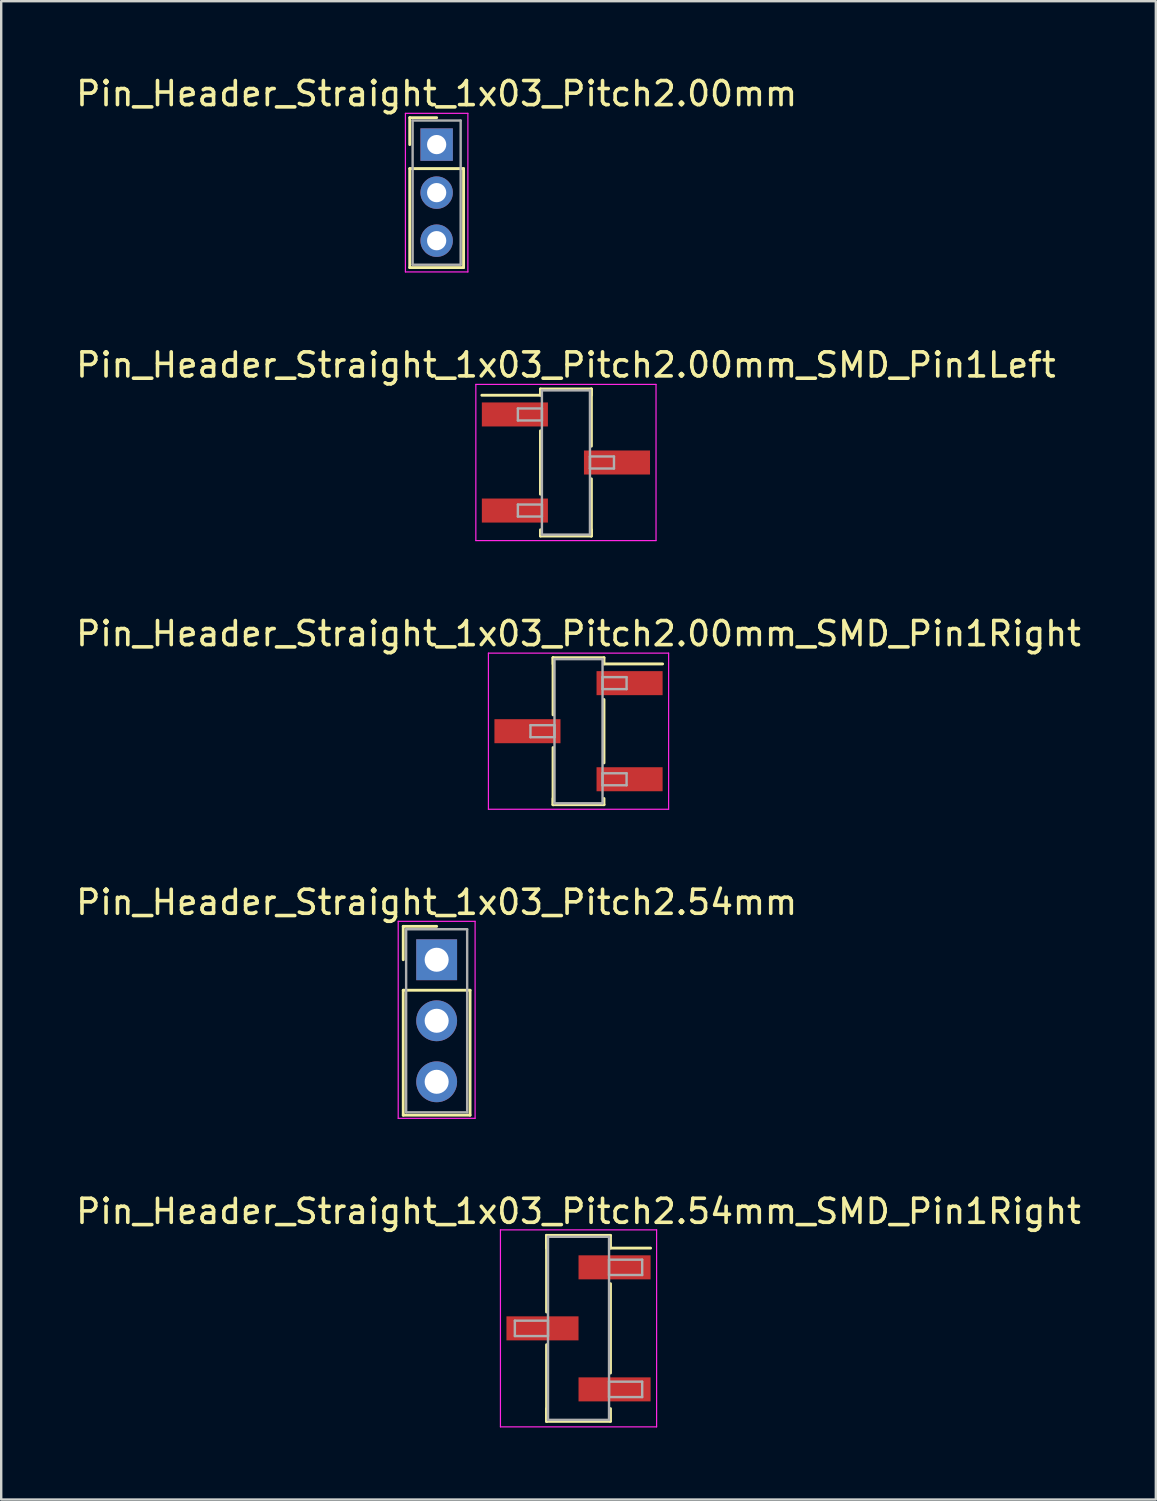
<source format=kicad_pcb>
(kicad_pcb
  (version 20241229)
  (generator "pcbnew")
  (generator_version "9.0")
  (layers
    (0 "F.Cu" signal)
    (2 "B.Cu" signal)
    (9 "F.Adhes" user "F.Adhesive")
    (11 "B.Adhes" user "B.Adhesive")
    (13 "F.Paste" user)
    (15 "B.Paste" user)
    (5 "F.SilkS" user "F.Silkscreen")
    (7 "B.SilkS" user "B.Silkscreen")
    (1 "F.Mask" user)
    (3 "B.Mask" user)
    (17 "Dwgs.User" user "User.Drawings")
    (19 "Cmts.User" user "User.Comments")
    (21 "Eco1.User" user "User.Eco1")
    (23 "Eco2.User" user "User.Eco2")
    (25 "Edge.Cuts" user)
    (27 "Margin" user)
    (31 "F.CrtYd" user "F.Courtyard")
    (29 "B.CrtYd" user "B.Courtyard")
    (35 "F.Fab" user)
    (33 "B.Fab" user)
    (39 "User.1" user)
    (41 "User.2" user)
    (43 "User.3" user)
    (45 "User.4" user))
  (footprint "Pin_Header_Straight_1x03_Pitch2.54mm_SMD_Pin1Right"
    (layer "F.Cu")
    (at 21.03 52.241)
    (property "Reference" "Pin_Header_Straight_1x03_Pitch2.54mm_SMD_Pin1Right" (at 0 -4.87 0) (layer "F.SilkS") (effects (font (size 1 1) (thickness 0.15))))
    (attr smd)
    (fp_line (start -1.33 -3.87) (end -1.33 -0.68) (stroke (width 0.12) (type solid)) (layer "F.SilkS"))
    (fp_line (start -1.33 -3.87) (end 1.33 -3.87) (stroke (width 0.12) (type solid)) (layer "F.SilkS"))
    (fp_line (start -1.33 -3.34) (end -1.33 -3.87) (stroke (width 0.12) (type solid)) (layer "F.SilkS"))
    (fp_line (start -1.33 0.68) (end -1.33 3.87) (stroke (width 0.12) (type solid)) (layer "F.SilkS"))
    (fp_line (start -1.33 3.34) (end -1.33 3.87) (stroke (width 0.12) (type solid)) (layer "F.SilkS"))
    (fp_line (start -1.33 3.87) (end 1.33 3.87) (stroke (width 0.12) (type solid)) (layer "F.SilkS"))
    (fp_line (start 1.33 -3.87) (end 1.33 -3.34) (stroke (width 0.12) (type solid)) (layer "F.SilkS"))
    (fp_line (start 1.33 -3.34) (end 3 -3.34) (stroke (width 0.12) (type solid)) (layer "F.SilkS"))
    (fp_line (start 1.33 -1.86) (end 1.33 1.86) (stroke (width 0.12) (type solid)) (layer "F.SilkS"))
    (fp_line (start 1.33 3.87) (end 1.33 3.34) (stroke (width 0.12) (type solid)) (layer "F.SilkS"))
    (fp_line (start -3.25 -4.1) (end -3.25 4.1) (stroke (width 0.05) (type solid)) (layer "F.CrtYd"))
    (fp_line (start -3.25 4.1) (end 3.25 4.1) (stroke (width 0.05) (type solid)) (layer "F.CrtYd"))
    (fp_line (start 3.25 -4.1) (end -3.25 -4.1) (stroke (width 0.05) (type solid)) (layer "F.CrtYd"))
    (fp_line (start 3.25 4.1) (end 3.25 -4.1) (stroke (width 0.05) (type solid)) (layer "F.CrtYd"))
    (fp_line (start -2.65 -0.32) (end -1.27 -0.32) (stroke (width 0.1) (type solid)) (layer "F.Fab"))
    (fp_line (start -2.65 0.32) (end -2.65 -0.32) (stroke (width 0.1) (type solid)) (layer "F.Fab"))
    (fp_line (start -1.27 -3.81) (end -1.27 3.81) (stroke (width 0.1) (type solid)) (layer "F.Fab"))
    (fp_line (start -1.27 -0.32) (end -1.27 0.32) (stroke (width 0.1) (type solid)) (layer "F.Fab"))
    (fp_line (start -1.27 0.32) (end -2.65 0.32) (stroke (width 0.1) (type solid)) (layer "F.Fab"))
    (fp_line (start -1.27 3.81) (end 1.27 3.81) (stroke (width 0.1) (type solid)) (layer "F.Fab"))
    (fp_line (start 1.27 -3.81) (end -1.27 -3.81) (stroke (width 0.1) (type solid)) (layer "F.Fab"))
    (fp_line (start 1.27 -2.86) (end 1.27 -2.22) (stroke (width 0.1) (type solid)) (layer "F.Fab"))
    (fp_line (start 1.27 -2.22) (end 2.65 -2.22) (stroke (width 0.1) (type solid)) (layer "F.Fab"))
    (fp_line (start 1.27 2.22) (end 1.27 2.86) (stroke (width 0.1) (type solid)) (layer "F.Fab"))
    (fp_line (start 1.27 2.86) (end 2.65 2.86) (stroke (width 0.1) (type solid)) (layer "F.Fab"))
    (fp_line (start 1.27 3.81) (end 1.27 -3.81) (stroke (width 0.1) (type solid)) (layer "F.Fab"))
    (fp_line (start 2.65 -2.86) (end 1.27 -2.86) (stroke (width 0.1) (type solid)) (layer "F.Fab"))
    (fp_line (start 2.65 -2.22) (end 2.65 -2.86) (stroke (width 0.1) (type solid)) (layer "F.Fab"))
    (fp_line (start 2.65 2.22) (end 1.27 2.22) (stroke (width 0.1) (type solid)) (layer "F.Fab"))
    (fp_line (start 2.65 2.86) (end 2.65 2.22) (stroke (width 0.1) (type solid)) (layer "F.Fab"))
    (pad "1" smd rect (at 1.5 -2.54) (size 3 1) (layers "F.Cu" "F.Mask"))
    (pad "2" smd rect (at -1.5 0) (size 3 1) (layers "F.Cu" "F.Mask"))
    (pad "3" smd rect (at 1.5 2.54) (size 3 1) (layers "F.Cu" "F.Mask")))
  (footprint "Pin_Header_Straight_1x03_Pitch2.54mm"
    (layer "F.Cu")
    (at 15.125 36.898)
    (property "Reference" "Pin_Header_Straight_1x03_Pitch2.54mm" (at 0 -2.39 0) (layer "F.SilkS") (effects (font (size 1 1) (thickness 0.15))))
    (attr through_hole)
    (fp_line (start -1.39 -1.39) (end 0 -1.39) (stroke (width 0.12) (type solid)) (layer "F.SilkS"))
    (fp_line (start -1.39 0) (end -1.39 -1.39) (stroke (width 0.12) (type solid)) (layer "F.SilkS"))
    (fp_line (start -1.39 1.27) (end -1.39 6.47) (stroke (width 0.12) (type solid)) (layer "F.SilkS"))
    (fp_line (start -1.39 6.47) (end 1.39 6.47) (stroke (width 0.12) (type solid)) (layer "F.SilkS"))
    (fp_line (start 1.39 1.27) (end -1.39 1.27) (stroke (width 0.12) (type solid)) (layer "F.SilkS"))
    (fp_line (start 1.39 6.47) (end 1.39 1.27) (stroke (width 0.12) (type solid)) (layer "F.SilkS"))
    (fp_line (start -1.6 -1.6) (end -1.6 6.6) (stroke (width 0.05) (type solid)) (layer "F.CrtYd"))
    (fp_line (start -1.6 6.6) (end 1.6 6.6) (stroke (width 0.05) (type solid)) (layer "F.CrtYd"))
    (fp_line (start 1.6 -1.6) (end -1.6 -1.6) (stroke (width 0.05) (type solid)) (layer "F.CrtYd"))
    (fp_line (start 1.6 6.6) (end 1.6 -1.6) (stroke (width 0.05) (type solid)) (layer "F.CrtYd"))
    (fp_line (start -1.27 -1.27) (end -1.27 6.35) (stroke (width 0.1) (type solid)) (layer "F.Fab"))
    (fp_line (start -1.27 6.35) (end 1.27 6.35) (stroke (width 0.1) (type solid)) (layer "F.Fab"))
    (fp_line (start 1.27 -1.27) (end -1.27 -1.27) (stroke (width 0.1) (type solid)) (layer "F.Fab"))
    (fp_line (start 1.27 6.35) (end 1.27 -1.27) (stroke (width 0.1) (type solid)) (layer "F.Fab"))
    (pad "1" thru_hole rect (at 0 0) (size 1.7 1.7) (drill 1) (layers "*.Cu" "*.Mask"))
    (pad "2" thru_hole oval (at 0 2.54) (size 1.7 1.7) (drill 1) (layers "*.Cu" "*.Mask"))
    (pad "3" thru_hole oval (at 0 5.08) (size 1.7 1.7) (drill 1) (layers "*.Cu" "*.Mask")))
  (footprint "Pin_Header_Straight_1x03_Pitch2.00mm_SMD_Pin1Left"
    (layer "F.Cu")
    (at 20.506 16.201)
    (property "Reference" "Pin_Header_Straight_1x03_Pitch2.00mm_SMD_Pin1Left" (at 0 -4.06 0) (layer "F.SilkS") (effects (font (size 1 1) (thickness 0.15))))
    (attr smd)
    (fp_line (start -1.06 -3.06) (end 1.06 -3.06) (stroke (width 0.12) (type solid)) (layer "F.SilkS"))
    (fp_line (start -1.06 -2.8) (end -3.5 -2.8) (stroke (width 0.12) (type solid)) (layer "F.SilkS"))
    (fp_line (start -1.06 -2.8) (end -1.06 -3.06) (stroke (width 0.12) (type solid)) (layer "F.SilkS"))
    (fp_line (start -1.06 -1.32) (end -1.06 1.32) (stroke (width 0.12) (type solid)) (layer "F.SilkS"))
    (fp_line (start -1.06 2.8) (end -1.06 3.06) (stroke (width 0.12) (type solid)) (layer "F.SilkS"))
    (fp_line (start -1.06 3.06) (end 1.06 3.06) (stroke (width 0.12) (type solid)) (layer "F.SilkS"))
    (fp_line (start 1.06 -3.06) (end 1.06 -2.8) (stroke (width 0.12) (type solid)) (layer "F.SilkS"))
    (fp_line (start 1.06 -3.06) (end 1.06 -0.68) (stroke (width 0.12) (type solid)) (layer "F.SilkS"))
    (fp_line (start 1.06 0.68) (end 1.06 3.06) (stroke (width 0.12) (type solid)) (layer "F.SilkS"))
    (fp_line (start 1.06 3.06) (end 1.06 2.8) (stroke (width 0.12) (type solid)) (layer "F.SilkS"))
    (fp_line (start -3.75 -3.25) (end -3.75 3.25) (stroke (width 0.05) (type solid)) (layer "F.CrtYd"))
    (fp_line (start -3.75 3.25) (end 3.75 3.25) (stroke (width 0.05) (type solid)) (layer "F.CrtYd"))
    (fp_line (start 3.75 -3.25) (end -3.75 -3.25) (stroke (width 0.05) (type solid)) (layer "F.CrtYd"))
    (fp_line (start 3.75 3.25) (end 3.75 -3.25) (stroke (width 0.05) (type solid)) (layer "F.CrtYd"))
    (fp_line (start -2 -2.25) (end -1 -2.25) (stroke (width 0.1) (type solid)) (layer "F.Fab"))
    (fp_line (start -2 -1.75) (end -2 -2.25) (stroke (width 0.1) (type solid)) (layer "F.Fab"))
    (fp_line (start -2 1.75) (end -1 1.75) (stroke (width 0.1) (type solid)) (layer "F.Fab"))
    (fp_line (start -2 2.25) (end -2 1.75) (stroke (width 0.1) (type solid)) (layer "F.Fab"))
    (fp_line (start -1 -3) (end -1 3) (stroke (width 0.1) (type solid)) (layer "F.Fab"))
    (fp_line (start -1 -2.25) (end -1 -1.75) (stroke (width 0.1) (type solid)) (layer "F.Fab"))
    (fp_line (start -1 -1.75) (end -2 -1.75) (stroke (width 0.1) (type solid)) (layer "F.Fab"))
    (fp_line (start -1 1.75) (end -1 2.25) (stroke (width 0.1) (type solid)) (layer "F.Fab"))
    (fp_line (start -1 2.25) (end -2 2.25) (stroke (width 0.1) (type solid)) (layer "F.Fab"))
    (fp_line (start -1 3) (end 1 3) (stroke (width 0.1) (type solid)) (layer "F.Fab"))
    (fp_line (start 1 -3) (end -1 -3) (stroke (width 0.1) (type solid)) (layer "F.Fab"))
    (fp_line (start 1 -0.25) (end 1 0.25) (stroke (width 0.1) (type solid)) (layer "F.Fab"))
    (fp_line (start 1 0.25) (end 2 0.25) (stroke (width 0.1) (type solid)) (layer "F.Fab"))
    (fp_line (start 1 3) (end 1 -3) (stroke (width 0.1) (type solid)) (layer "F.Fab"))
    (fp_line (start 2 -0.25) (end 1 -0.25) (stroke (width 0.1) (type solid)) (layer "F.Fab"))
    (fp_line (start 2 0.25) (end 2 -0.25) (stroke (width 0.1) (type solid)) (layer "F.Fab"))
    (pad "1" smd rect (at -2.125 -2) (size 2.75 1) (layers "F.Cu" "F.Mask"))
    (pad "2" smd rect (at 2.125 0) (size 2.75 1) (layers "F.Cu" "F.Mask"))
    (pad "3" smd rect (at -2.125 2) (size 2.75 1) (layers "F.Cu" "F.Mask")))
  (footprint "Pin_Header_Straight_1x03_Pitch2.00mm_SMD_Pin1Right"
    (layer "F.Cu")
    (at 21.03 27.385)
    (property "Reference" "Pin_Header_Straight_1x03_Pitch2.00mm_SMD_Pin1Right" (at 0 -4.06 0) (layer "F.SilkS") (effects (font (size 1 1) (thickness 0.15))))
    (attr smd)
    (fp_line (start -1.06 -3.06) (end -1.06 -0.68) (stroke (width 0.12) (type solid)) (layer "F.SilkS"))
    (fp_line (start -1.06 -3.06) (end 1.06 -3.06) (stroke (width 0.12) (type solid)) (layer "F.SilkS"))
    (fp_line (start -1.06 -2.8) (end -1.06 -3.06) (stroke (width 0.12) (type solid)) (layer "F.SilkS"))
    (fp_line (start -1.06 0.68) (end -1.06 3.06) (stroke (width 0.12) (type solid)) (layer "F.SilkS"))
    (fp_line (start -1.06 2.8) (end -1.06 3.06) (stroke (width 0.12) (type solid)) (layer "F.SilkS"))
    (fp_line (start -1.06 3.06) (end 1.06 3.06) (stroke (width 0.12) (type solid)) (layer "F.SilkS"))
    (fp_line (start 1.06 -3.06) (end 1.06 -2.8) (stroke (width 0.12) (type solid)) (layer "F.SilkS"))
    (fp_line (start 1.06 -2.8) (end 3.5 -2.8) (stroke (width 0.12) (type solid)) (layer "F.SilkS"))
    (fp_line (start 1.06 -1.32) (end 1.06 1.32) (stroke (width 0.12) (type solid)) (layer "F.SilkS"))
    (fp_line (start 1.06 3.06) (end 1.06 2.8) (stroke (width 0.12) (type solid)) (layer "F.SilkS"))
    (fp_line (start -3.75 -3.25) (end -3.75 3.25) (stroke (width 0.05) (type solid)) (layer "F.CrtYd"))
    (fp_line (start -3.75 3.25) (end 3.75 3.25) (stroke (width 0.05) (type solid)) (layer "F.CrtYd"))
    (fp_line (start 3.75 -3.25) (end -3.75 -3.25) (stroke (width 0.05) (type solid)) (layer "F.CrtYd"))
    (fp_line (start 3.75 3.25) (end 3.75 -3.25) (stroke (width 0.05) (type solid)) (layer "F.CrtYd"))
    (fp_line (start -2 -0.25) (end -1 -0.25) (stroke (width 0.1) (type solid)) (layer "F.Fab"))
    (fp_line (start -2 0.25) (end -2 -0.25) (stroke (width 0.1) (type solid)) (layer "F.Fab"))
    (fp_line (start -1 -3) (end -1 3) (stroke (width 0.1) (type solid)) (layer "F.Fab"))
    (fp_line (start -1 -0.25) (end -1 0.25) (stroke (width 0.1) (type solid)) (layer "F.Fab"))
    (fp_line (start -1 0.25) (end -2 0.25) (stroke (width 0.1) (type solid)) (layer "F.Fab"))
    (fp_line (start -1 3) (end 1 3) (stroke (width 0.1) (type solid)) (layer "F.Fab"))
    (fp_line (start 1 -3) (end -1 -3) (stroke (width 0.1) (type solid)) (layer "F.Fab"))
    (fp_line (start 1 -2.25) (end 1 -1.75) (stroke (width 0.1) (type solid)) (layer "F.Fab"))
    (fp_line (start 1 -1.75) (end 2 -1.75) (stroke (width 0.1) (type solid)) (layer "F.Fab"))
    (fp_line (start 1 1.75) (end 1 2.25) (stroke (width 0.1) (type solid)) (layer "F.Fab"))
    (fp_line (start 1 2.25) (end 2 2.25) (stroke (width 0.1) (type solid)) (layer "F.Fab"))
    (fp_line (start 1 3) (end 1 -3) (stroke (width 0.1) (type solid)) (layer "F.Fab"))
    (fp_line (start 2 -2.25) (end 1 -2.25) (stroke (width 0.1) (type solid)) (layer "F.Fab"))
    (fp_line (start 2 -1.75) (end 2 -2.25) (stroke (width 0.1) (type solid)) (layer "F.Fab"))
    (fp_line (start 2 1.75) (end 1 1.75) (stroke (width 0.1) (type solid)) (layer "F.Fab"))
    (fp_line (start 2 2.25) (end 2 1.75) (stroke (width 0.1) (type solid)) (layer "F.Fab"))
    (pad "1" smd rect (at 2.125 -2) (size 2.75 1) (layers "F.Cu" "F.Mask"))
    (pad "2" smd rect (at -2.125 0) (size 2.75 1) (layers "F.Cu" "F.Mask"))
    (pad "3" smd rect (at 2.125 2) (size 2.75 1) (layers "F.Cu" "F.Mask")))
  (footprint "Pin_Header_Straight_1x03_Pitch2.00mm"
    (layer "F.Cu")
    (at 15.125 2.968)
    (property "Reference" "Pin_Header_Straight_1x03_Pitch2.00mm" (at 0 -2.12 0) (layer "F.SilkS") (effects (font (size 1 1) (thickness 0.15))))
    (attr through_hole)
    (fp_line (start -1.12 -1.12) (end 0 -1.12) (stroke (width 0.12) (type solid)) (layer "F.SilkS"))
    (fp_line (start -1.12 0) (end -1.12 -1.12) (stroke (width 0.12) (type solid)) (layer "F.SilkS"))
    (fp_line (start -1.12 1) (end -1.12 5.12) (stroke (width 0.12) (type solid)) (layer "F.SilkS"))
    (fp_line (start -1.12 5.12) (end 1.12 5.12) (stroke (width 0.12) (type solid)) (layer "F.SilkS"))
    (fp_line (start 1.12 1) (end -1.12 1) (stroke (width 0.12) (type solid)) (layer "F.SilkS"))
    (fp_line (start 1.12 5.12) (end 1.12 1) (stroke (width 0.12) (type solid)) (layer "F.SilkS"))
    (fp_line (start -1.3 -1.3) (end -1.3 5.3) (stroke (width 0.05) (type solid)) (layer "F.CrtYd"))
    (fp_line (start -1.3 5.3) (end 1.3 5.3) (stroke (width 0.05) (type solid)) (layer "F.CrtYd"))
    (fp_line (start 1.3 -1.3) (end -1.3 -1.3) (stroke (width 0.05) (type solid)) (layer "F.CrtYd"))
    (fp_line (start 1.3 5.3) (end 1.3 -1.3) (stroke (width 0.05) (type solid)) (layer "F.CrtYd"))
    (fp_line (start -1 -1) (end -1 5) (stroke (width 0.1) (type solid)) (layer "F.Fab"))
    (fp_line (start -1 5) (end 1 5) (stroke (width 0.1) (type solid)) (layer "F.Fab"))
    (fp_line (start 1 -1) (end -1 -1) (stroke (width 0.1) (type solid)) (layer "F.Fab"))
    (fp_line (start 1 5) (end 1 -1) (stroke (width 0.1) (type solid)) (layer "F.Fab"))
    (pad "1" thru_hole rect (at 0 0) (size 1.35 1.35) (drill 0.8) (layers "*.Cu" "*.Mask"))
    (pad "2" thru_hole oval (at 0 2) (size 1.35 1.35) (drill 0.8) (layers "*.Cu" "*.Mask"))
    (pad "3" thru_hole oval (at 0 4) (size 1.35 1.35) (drill 0.8) (layers "*.Cu" "*.Mask")))
  (gr_rect
    (start -3 -3)
    (end 45.06 59.366)
    (stroke (width 0.1) (type default))
    (fill no)
    (layer "Edge.Cuts")))
</source>
